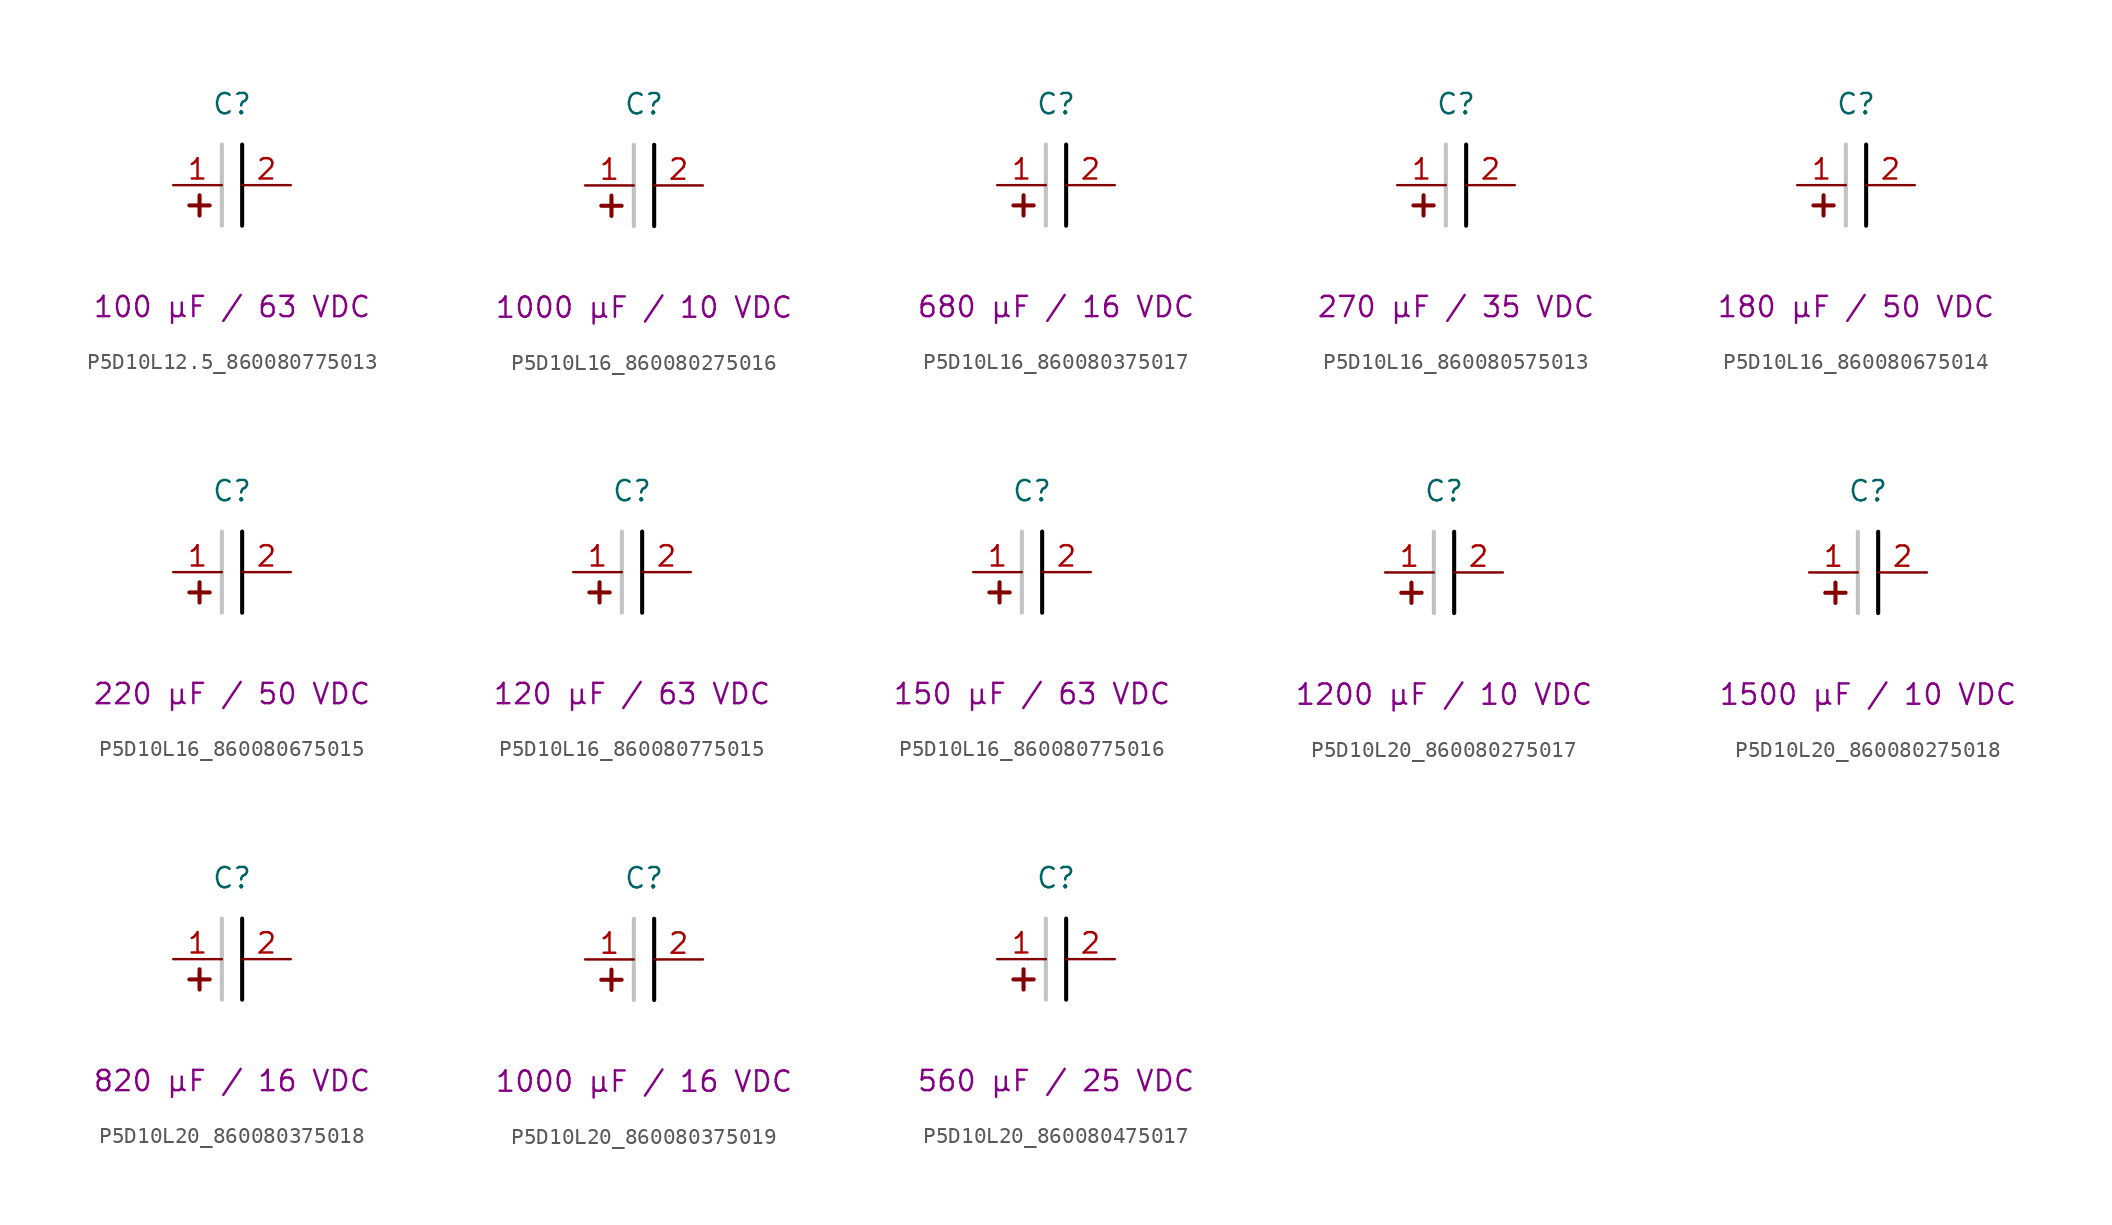
<source format=kicad_sym>
(kicad_symbol_lib
  (version 20220914)
  (generator kicad_symbol_editor)
  (symbol "P5D10L12.5_860080775013"
    (pin_names hide)
    (property "Reference" "C"
      (at 0 5.08 0)
      (effects (font (size 1.27 1.27))))
    (property "Critical Parameter" "100 µF / 63 VDC"
      (at 0 -7.62 0)
      (effects (font (size 1.27 1.27))))
    (symbol "P5D10L12.5_860080775013_1_1"
      (polyline (pts (xy -2.667 -1.27) (xy -1.397 -1.27)) (stroke (width 0.254) (type default)) (fill (type none)))
      (polyline (pts (xy -2.032 -0.635) (xy -2.032 -1.905)) (stroke (width 0.254) (type default)) (fill (type none)))
      (polyline (pts (xy -0.635 2.54) (xy -0.635 -2.54)) (stroke (width 0.254) (type default) (color 194 194 194 1)) (fill (type none)))
      (polyline (pts (xy 0.635 2.54) (xy 0.635 -2.54)) (stroke (width 0.254) (type default) (color 0 0 0 1)) (fill (type none)))
      (pin passive line (at -3.679 0 0) (length 3.044) (name "1" (effects (font (size 1.27 1.27)))) (number "1" (effects (font (size 1.27 1.27)))))
      (pin passive line (at 3.679 0 180) (length 3.044) (name "2" (effects (font (size 1.27 1.27)))) (number "2" (effects (font (size 1.27 1.27)))))))
  (symbol "P5D10L16_860080275016"
    (pin_names hide)
    (property "Reference" "C"
      (at 0 5.08 0)
      (effects (font (size 1.27 1.27))))
    (property "Critical Parameter" "1000 µF / 10 VDC"
      (at 0 -7.62 0)
      (effects (font (size 1.27 1.27))))
    (symbol "P5D10L16_860080275016_1_1"
      (polyline (pts (xy -2.667 -1.27) (xy -1.397 -1.27)) (stroke (width 0.254) (type default)) (fill (type none)))
      (polyline (pts (xy -2.032 -0.635) (xy -2.032 -1.905)) (stroke (width 0.254) (type default)) (fill (type none)))
      (polyline (pts (xy -0.635 2.54) (xy -0.635 -2.54)) (stroke (width 0.254) (type default) (color 194 194 194 1)) (fill (type none)))
      (polyline (pts (xy 0.635 2.54) (xy 0.635 -2.54)) (stroke (width 0.254) (type default) (color 0 0 0 1)) (fill (type none)))
      (pin passive line (at -3.679 0 0) (length 3.044) (name "1" (effects (font (size 1.27 1.27)))) (number "1" (effects (font (size 1.27 1.27)))))
      (pin passive line (at 3.679 0 180) (length 3.044) (name "2" (effects (font (size 1.27 1.27)))) (number "2" (effects (font (size 1.27 1.27)))))))
  (symbol "P5D10L16_860080375017"
    (pin_names hide)
    (property "Reference" "C"
      (at 0 5.08 0)
      (effects (font (size 1.27 1.27))))
    (property "Critical Parameter" "680 µF / 16 VDC"
      (at 0 -7.62 0)
      (effects (font (size 1.27 1.27))))
    (symbol "P5D10L16_860080375017_1_1"
      (polyline (pts (xy -2.667 -1.27) (xy -1.397 -1.27)) (stroke (width 0.254) (type default)) (fill (type none)))
      (polyline (pts (xy -2.032 -0.635) (xy -2.032 -1.905)) (stroke (width 0.254) (type default)) (fill (type none)))
      (polyline (pts (xy -0.635 2.54) (xy -0.635 -2.54)) (stroke (width 0.254) (type default) (color 194 194 194 1)) (fill (type none)))
      (polyline (pts (xy 0.635 2.54) (xy 0.635 -2.54)) (stroke (width 0.254) (type default) (color 0 0 0 1)) (fill (type none)))
      (pin passive line (at -3.679 0 0) (length 3.044) (name "1" (effects (font (size 1.27 1.27)))) (number "1" (effects (font (size 1.27 1.27)))))
      (pin passive line (at 3.679 0 180) (length 3.044) (name "2" (effects (font (size 1.27 1.27)))) (number "2" (effects (font (size 1.27 1.27)))))))
  (symbol "P5D10L16_860080575013"
    (pin_names hide)
    (property "Reference" "C"
      (at 0 5.08 0)
      (effects (font (size 1.27 1.27))))
    (property "Critical Parameter" "270 µF / 35 VDC"
      (at 0 -7.62 0)
      (effects (font (size 1.27 1.27))))
    (symbol "P5D10L16_860080575013_1_1"
      (polyline (pts (xy -2.667 -1.27) (xy -1.397 -1.27)) (stroke (width 0.254) (type default)) (fill (type none)))
      (polyline (pts (xy -2.032 -0.635) (xy -2.032 -1.905)) (stroke (width 0.254) (type default)) (fill (type none)))
      (polyline (pts (xy -0.635 2.54) (xy -0.635 -2.54)) (stroke (width 0.254) (type default) (color 194 194 194 1)) (fill (type none)))
      (polyline (pts (xy 0.635 2.54) (xy 0.635 -2.54)) (stroke (width 0.254) (type default) (color 0 0 0 1)) (fill (type none)))
      (pin passive line (at -3.679 0 0) (length 3.044) (name "1" (effects (font (size 1.27 1.27)))) (number "1" (effects (font (size 1.27 1.27)))))
      (pin passive line (at 3.679 0 180) (length 3.044) (name "2" (effects (font (size 1.27 1.27)))) (number "2" (effects (font (size 1.27 1.27)))))))
  (symbol "P5D10L16_860080675014"
    (pin_names hide)
    (property "Reference" "C"
      (at 0 5.08 0)
      (effects (font (size 1.27 1.27))))
    (property "Critical Parameter" "180 µF / 50 VDC"
      (at 0 -7.62 0)
      (effects (font (size 1.27 1.27))))
    (symbol "P5D10L16_860080675014_1_1"
      (polyline (pts (xy -2.667 -1.27) (xy -1.397 -1.27)) (stroke (width 0.254) (type default)) (fill (type none)))
      (polyline (pts (xy -2.032 -0.635) (xy -2.032 -1.905)) (stroke (width 0.254) (type default)) (fill (type none)))
      (polyline (pts (xy -0.635 2.54) (xy -0.635 -2.54)) (stroke (width 0.254) (type default) (color 194 194 194 1)) (fill (type none)))
      (polyline (pts (xy 0.635 2.54) (xy 0.635 -2.54)) (stroke (width 0.254) (type default) (color 0 0 0 1)) (fill (type none)))
      (pin passive line (at -3.679 0 0) (length 3.044) (name "1" (effects (font (size 1.27 1.27)))) (number "1" (effects (font (size 1.27 1.27)))))
      (pin passive line (at 3.679 0 180) (length 3.044) (name "2" (effects (font (size 1.27 1.27)))) (number "2" (effects (font (size 1.27 1.27)))))))
  (symbol "P5D10L16_860080675015"
    (pin_names hide)
    (property "Reference" "C"
      (at 0 5.08 0)
      (effects (font (size 1.27 1.27))))
    (property "Critical Parameter" "220 µF / 50 VDC"
      (at 0 -7.62 0)
      (effects (font (size 1.27 1.27))))
    (symbol "P5D10L16_860080675015_1_1"
      (polyline (pts (xy -2.667 -1.27) (xy -1.397 -1.27)) (stroke (width 0.254) (type default)) (fill (type none)))
      (polyline (pts (xy -2.032 -0.635) (xy -2.032 -1.905)) (stroke (width 0.254) (type default)) (fill (type none)))
      (polyline (pts (xy -0.635 2.54) (xy -0.635 -2.54)) (stroke (width 0.254) (type default) (color 194 194 194 1)) (fill (type none)))
      (polyline (pts (xy 0.635 2.54) (xy 0.635 -2.54)) (stroke (width 0.254) (type default) (color 0 0 0 1)) (fill (type none)))
      (pin passive line (at -3.679 0 0) (length 3.044) (name "1" (effects (font (size 1.27 1.27)))) (number "1" (effects (font (size 1.27 1.27)))))
      (pin passive line (at 3.679 0 180) (length 3.044) (name "2" (effects (font (size 1.27 1.27)))) (number "2" (effects (font (size 1.27 1.27)))))))
  (symbol "P5D10L16_860080775015"
    (pin_names hide)
    (property "Reference" "C"
      (at 0 5.08 0)
      (effects (font (size 1.27 1.27))))
    (property "Critical Parameter" "120 µF / 63 VDC"
      (at 0 -7.62 0)
      (effects (font (size 1.27 1.27))))
    (symbol "P5D10L16_860080775015_1_1"
      (polyline (pts (xy -2.667 -1.27) (xy -1.397 -1.27)) (stroke (width 0.254) (type default)) (fill (type none)))
      (polyline (pts (xy -2.032 -0.635) (xy -2.032 -1.905)) (stroke (width 0.254) (type default)) (fill (type none)))
      (polyline (pts (xy -0.635 2.54) (xy -0.635 -2.54)) (stroke (width 0.254) (type default) (color 194 194 194 1)) (fill (type none)))
      (polyline (pts (xy 0.635 2.54) (xy 0.635 -2.54)) (stroke (width 0.254) (type default) (color 0 0 0 1)) (fill (type none)))
      (pin passive line (at -3.679 0 0) (length 3.044) (name "1" (effects (font (size 1.27 1.27)))) (number "1" (effects (font (size 1.27 1.27)))))
      (pin passive line (at 3.679 0 180) (length 3.044) (name "2" (effects (font (size 1.27 1.27)))) (number "2" (effects (font (size 1.27 1.27)))))))
  (symbol "P5D10L16_860080775016"
    (pin_names hide)
    (property "Reference" "C"
      (at 0 5.08 0)
      (effects (font (size 1.27 1.27))))
    (property "Critical Parameter" "150 µF / 63 VDC"
      (at 0 -7.62 0)
      (effects (font (size 1.27 1.27))))
    (symbol "P5D10L16_860080775016_1_1"
      (polyline (pts (xy -2.667 -1.27) (xy -1.397 -1.27)) (stroke (width 0.254) (type default)) (fill (type none)))
      (polyline (pts (xy -2.032 -0.635) (xy -2.032 -1.905)) (stroke (width 0.254) (type default)) (fill (type none)))
      (polyline (pts (xy -0.635 2.54) (xy -0.635 -2.54)) (stroke (width 0.254) (type default) (color 194 194 194 1)) (fill (type none)))
      (polyline (pts (xy 0.635 2.54) (xy 0.635 -2.54)) (stroke (width 0.254) (type default) (color 0 0 0 1)) (fill (type none)))
      (pin passive line (at -3.679 0 0) (length 3.044) (name "1" (effects (font (size 1.27 1.27)))) (number "1" (effects (font (size 1.27 1.27)))))
      (pin passive line (at 3.679 0 180) (length 3.044) (name "2" (effects (font (size 1.27 1.27)))) (number "2" (effects (font (size 1.27 1.27)))))))
  (symbol "P5D10L20_860080275017"
    (pin_names hide)
    (property "Reference" "C"
      (at 0 5.08 0)
      (effects (font (size 1.27 1.27))))
    (property "Critical Parameter" "1200 µF / 10 VDC"
      (at 0 -7.62 0)
      (effects (font (size 1.27 1.27))))
    (symbol "P5D10L20_860080275017_1_1"
      (polyline (pts (xy -2.667 -1.27) (xy -1.397 -1.27)) (stroke (width 0.254) (type default)) (fill (type none)))
      (polyline (pts (xy -2.032 -0.635) (xy -2.032 -1.905)) (stroke (width 0.254) (type default)) (fill (type none)))
      (polyline (pts (xy -0.635 2.54) (xy -0.635 -2.54)) (stroke (width 0.254) (type default) (color 194 194 194 1)) (fill (type none)))
      (polyline (pts (xy 0.635 2.54) (xy 0.635 -2.54)) (stroke (width 0.254) (type default) (color 0 0 0 1)) (fill (type none)))
      (pin passive line (at -3.679 0 0) (length 3.044) (name "1" (effects (font (size 1.27 1.27)))) (number "1" (effects (font (size 1.27 1.27)))))
      (pin passive line (at 3.679 0 180) (length 3.044) (name "2" (effects (font (size 1.27 1.27)))) (number "2" (effects (font (size 1.27 1.27)))))))
  (symbol "P5D10L20_860080275018"
    (pin_names hide)
    (property "Reference" "C"
      (at 0 5.08 0)
      (effects (font (size 1.27 1.27))))
    (property "Critical Parameter" "1500 µF / 10 VDC"
      (at 0 -7.62 0)
      (effects (font (size 1.27 1.27))))
    (symbol "P5D10L20_860080275018_1_1"
      (polyline (pts (xy -2.667 -1.27) (xy -1.397 -1.27)) (stroke (width 0.254) (type default)) (fill (type none)))
      (polyline (pts (xy -2.032 -0.635) (xy -2.032 -1.905)) (stroke (width 0.254) (type default)) (fill (type none)))
      (polyline (pts (xy -0.635 2.54) (xy -0.635 -2.54)) (stroke (width 0.254) (type default) (color 194 194 194 1)) (fill (type none)))
      (polyline (pts (xy 0.635 2.54) (xy 0.635 -2.54)) (stroke (width 0.254) (type default) (color 0 0 0 1)) (fill (type none)))
      (pin passive line (at -3.679 0 0) (length 3.044) (name "1" (effects (font (size 1.27 1.27)))) (number "1" (effects (font (size 1.27 1.27)))))
      (pin passive line (at 3.679 0 180) (length 3.044) (name "2" (effects (font (size 1.27 1.27)))) (number "2" (effects (font (size 1.27 1.27)))))))
  (symbol "P5D10L20_860080375018"
    (pin_names hide)
    (property "Reference" "C"
      (at 0 5.08 0)
      (effects (font (size 1.27 1.27))))
    (property "Critical Parameter" "820 µF / 16 VDC"
      (at 0 -7.62 0)
      (effects (font (size 1.27 1.27))))
    (symbol "P5D10L20_860080375018_1_1"
      (polyline (pts (xy -2.667 -1.27) (xy -1.397 -1.27)) (stroke (width 0.254) (type default)) (fill (type none)))
      (polyline (pts (xy -2.032 -0.635) (xy -2.032 -1.905)) (stroke (width 0.254) (type default)) (fill (type none)))
      (polyline (pts (xy -0.635 2.54) (xy -0.635 -2.54)) (stroke (width 0.254) (type default) (color 194 194 194 1)) (fill (type none)))
      (polyline (pts (xy 0.635 2.54) (xy 0.635 -2.54)) (stroke (width 0.254) (type default) (color 0 0 0 1)) (fill (type none)))
      (pin passive line (at -3.679 0 0) (length 3.044) (name "1" (effects (font (size 1.27 1.27)))) (number "1" (effects (font (size 1.27 1.27)))))
      (pin passive line (at 3.679 0 180) (length 3.044) (name "2" (effects (font (size 1.27 1.27)))) (number "2" (effects (font (size 1.27 1.27)))))))
  (symbol "P5D10L20_860080375019"
    (pin_names hide)
    (property "Reference" "C"
      (at 0 5.08 0)
      (effects (font (size 1.27 1.27))))
    (property "Critical Parameter" "1000 µF / 16 VDC"
      (at 0 -7.62 0)
      (effects (font (size 1.27 1.27))))
    (symbol "P5D10L20_860080375019_1_1"
      (polyline (pts (xy -2.667 -1.27) (xy -1.397 -1.27)) (stroke (width 0.254) (type default)) (fill (type none)))
      (polyline (pts (xy -2.032 -0.635) (xy -2.032 -1.905)) (stroke (width 0.254) (type default)) (fill (type none)))
      (polyline (pts (xy -0.635 2.54) (xy -0.635 -2.54)) (stroke (width 0.254) (type default) (color 194 194 194 1)) (fill (type none)))
      (polyline (pts (xy 0.635 2.54) (xy 0.635 -2.54)) (stroke (width 0.254) (type default) (color 0 0 0 1)) (fill (type none)))
      (pin passive line (at -3.679 0 0) (length 3.044) (name "1" (effects (font (size 1.27 1.27)))) (number "1" (effects (font (size 1.27 1.27)))))
      (pin passive line (at 3.679 0 180) (length 3.044) (name "2" (effects (font (size 1.27 1.27)))) (number "2" (effects (font (size 1.27 1.27)))))))
  (symbol "P5D10L20_860080475017"
    (pin_names hide)
    (property "Reference" "C"
      (at 0 5.08 0)
      (effects (font (size 1.27 1.27))))
    (property "Critical Parameter" "560 µF / 25 VDC"
      (at 0 -7.62 0)
      (effects (font (size 1.27 1.27))))
    (symbol "P5D10L20_860080475017_1_1"
      (polyline (pts (xy -2.667 -1.27) (xy -1.397 -1.27)) (stroke (width 0.254) (type default)) (fill (type none)))
      (polyline (pts (xy -2.032 -0.635) (xy -2.032 -1.905)) (stroke (width 0.254) (type default)) (fill (type none)))
      (polyline (pts (xy -0.635 2.54) (xy -0.635 -2.54)) (stroke (width 0.254) (type default) (color 194 194 194 1)) (fill (type none)))
      (polyline (pts (xy 0.635 2.54) (xy 0.635 -2.54)) (stroke (width 0.254) (type default) (color 0 0 0 1)) (fill (type none)))
      (pin passive line (at -3.679 0 0) (length 3.044) (name "1" (effects (font (size 1.27 1.27)))) (number "1" (effects (font (size 1.27 1.27)))))
      (pin passive line (at 3.679 0 180) (length 3.044) (name "2" (effects (font (size 1.27 1.27)))) (number "2" (effects (font (size 1.27 1.27))))))))
</source>
